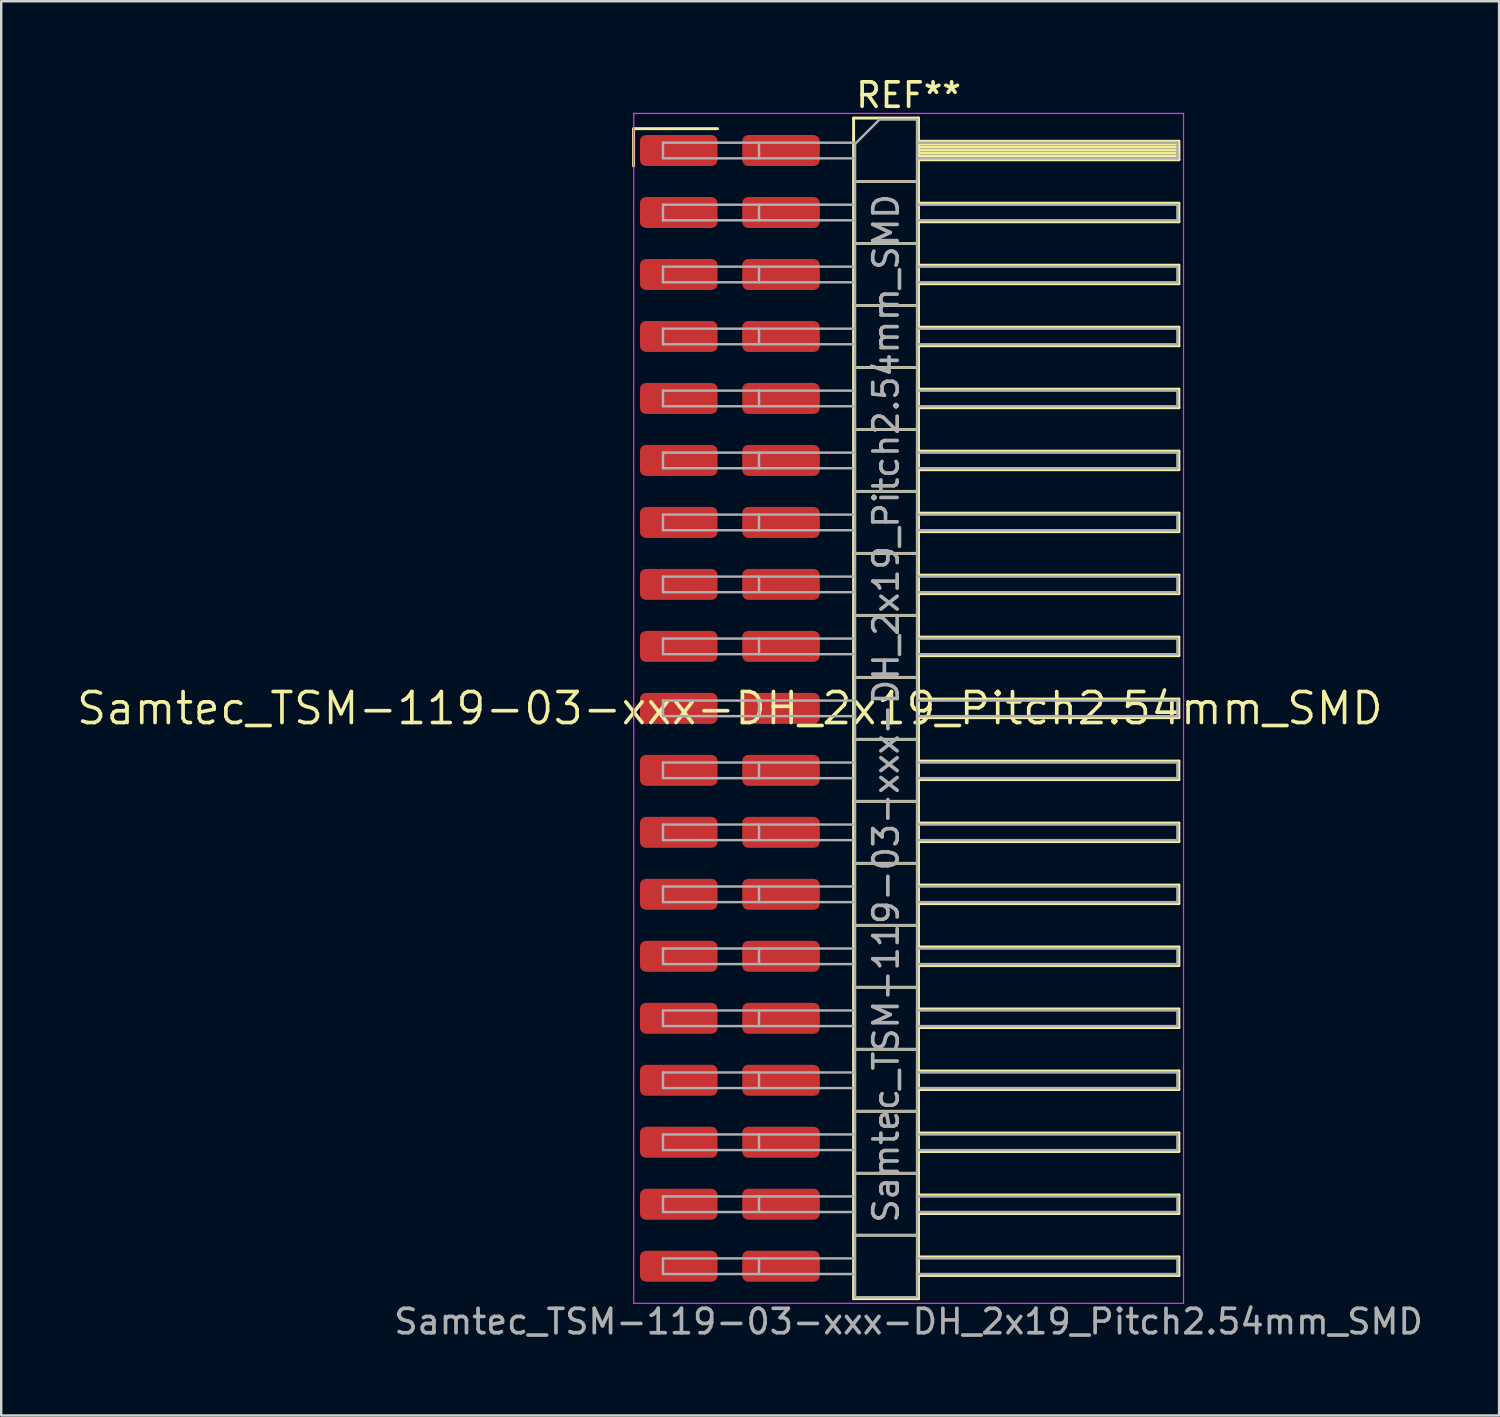
<source format=kicad_pcb>
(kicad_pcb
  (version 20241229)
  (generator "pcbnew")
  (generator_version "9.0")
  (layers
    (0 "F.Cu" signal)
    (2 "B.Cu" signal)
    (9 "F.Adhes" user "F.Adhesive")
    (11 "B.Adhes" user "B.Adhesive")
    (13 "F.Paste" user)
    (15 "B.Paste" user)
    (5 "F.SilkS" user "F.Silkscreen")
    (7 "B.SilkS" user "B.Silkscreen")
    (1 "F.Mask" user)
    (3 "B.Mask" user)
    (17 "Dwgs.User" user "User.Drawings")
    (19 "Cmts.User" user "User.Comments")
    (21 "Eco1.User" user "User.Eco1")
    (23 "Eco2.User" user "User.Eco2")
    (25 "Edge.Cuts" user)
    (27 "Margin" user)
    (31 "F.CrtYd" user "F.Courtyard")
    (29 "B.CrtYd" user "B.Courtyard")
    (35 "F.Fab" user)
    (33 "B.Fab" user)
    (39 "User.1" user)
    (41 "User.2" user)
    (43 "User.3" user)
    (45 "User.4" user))
  (footprint "Samtec_TSM-119-03-xxx-DH_2x19_Pitch2.54mm_SMD"
    (layer "F.Cu")
    (at 26.859 25.978)
    (property "Reference" "Samtec_TSM-119-03-xxx-DH_2x19_Pitch2.54mm_SMD" (at 0 0 0) (layer "F.SilkS") (effects (font (size 1.27 1.27) (thickness 0.15))))
    (attr smd)
    (fp_line (start -3.945 -23.755) (end -0.505 -23.755) (stroke (width 0.12) (type solid)) (layer "F.SilkS"))
    (fp_line (start -3.945 -22.225) (end -3.945 -23.755) (stroke (width 0.12) (type solid)) (layer "F.SilkS"))
    (fp_line (start 5.07 -24.19) (end 7.73 -24.19) (stroke (width 0.12) (type solid)) (layer "F.SilkS"))
    (fp_line (start 5.07 -21.59) (end 7.73 -21.59) (stroke (width 0.12) (type solid)) (layer "F.SilkS"))
    (fp_line (start 5.07 -19.05) (end 7.73 -19.05) (stroke (width 0.12) (type solid)) (layer "F.SilkS"))
    (fp_line (start 5.07 -16.51) (end 7.73 -16.51) (stroke (width 0.12) (type solid)) (layer "F.SilkS"))
    (fp_line (start 5.07 -13.97) (end 7.73 -13.97) (stroke (width 0.12) (type solid)) (layer "F.SilkS"))
    (fp_line (start 5.07 -11.43) (end 7.73 -11.43) (stroke (width 0.12) (type solid)) (layer "F.SilkS"))
    (fp_line (start 5.07 -8.89) (end 7.73 -8.89) (stroke (width 0.12) (type solid)) (layer "F.SilkS"))
    (fp_line (start 5.07 -6.35) (end 7.73 -6.35) (stroke (width 0.12) (type solid)) (layer "F.SilkS"))
    (fp_line (start 5.07 -3.81) (end 7.73 -3.81) (stroke (width 0.12) (type solid)) (layer "F.SilkS"))
    (fp_line (start 5.07 -1.27) (end 7.73 -1.27) (stroke (width 0.12) (type solid)) (layer "F.SilkS"))
    (fp_line (start 5.07 1.27) (end 7.73 1.27) (stroke (width 0.12) (type solid)) (layer "F.SilkS"))
    (fp_line (start 5.07 3.81) (end 7.73 3.81) (stroke (width 0.12) (type solid)) (layer "F.SilkS"))
    (fp_line (start 5.07 6.35) (end 7.73 6.35) (stroke (width 0.12) (type solid)) (layer "F.SilkS"))
    (fp_line (start 5.07 8.89) (end 7.73 8.89) (stroke (width 0.12) (type solid)) (layer "F.SilkS"))
    (fp_line (start 5.07 11.43) (end 7.73 11.43) (stroke (width 0.12) (type solid)) (layer "F.SilkS"))
    (fp_line (start 5.07 13.97) (end 7.73 13.97) (stroke (width 0.12) (type solid)) (layer "F.SilkS"))
    (fp_line (start 5.07 16.51) (end 7.73 16.51) (stroke (width 0.12) (type solid)) (layer "F.SilkS"))
    (fp_line (start 5.07 19.05) (end 7.73 19.05) (stroke (width 0.12) (type solid)) (layer "F.SilkS"))
    (fp_line (start 5.07 21.59) (end 7.73 21.59) (stroke (width 0.12) (type solid)) (layer "F.SilkS"))
    (fp_line (start 5.07 24.19) (end 5.07 -24.19) (stroke (width 0.12) (type solid)) (layer "F.SilkS"))
    (fp_line (start 7.73 -24.19) (end 7.73 24.19) (stroke (width 0.12) (type solid)) (layer "F.SilkS"))
    (fp_line (start 7.73 -23.24) (end 18.4 -23.24) (stroke (width 0.12) (type solid)) (layer "F.SilkS"))
    (fp_line (start 7.73 -23.12) (end 18.4 -23.12) (stroke (width 0.12) (type solid)) (layer "F.SilkS"))
    (fp_line (start 7.73 -23) (end 18.4 -23) (stroke (width 0.12) (type solid)) (layer "F.SilkS"))
    (fp_line (start 7.73 -22.88) (end 18.4 -22.88) (stroke (width 0.12) (type solid)) (layer "F.SilkS"))
    (fp_line (start 7.73 -22.76) (end 18.4 -22.76) (stroke (width 0.12) (type solid)) (layer "F.SilkS"))
    (fp_line (start 7.73 -22.64) (end 18.4 -22.64) (stroke (width 0.12) (type solid)) (layer "F.SilkS"))
    (fp_line (start 7.73 -22.52) (end 18.4 -22.52) (stroke (width 0.12) (type solid)) (layer "F.SilkS"))
    (fp_line (start 7.73 -22.48) (end 18.4 -22.48) (stroke (width 0.12) (type solid)) (layer "F.SilkS"))
    (fp_line (start 7.73 -20.7) (end 18.4 -20.7) (stroke (width 0.12) (type solid)) (layer "F.SilkS"))
    (fp_line (start 7.73 -19.94) (end 18.4 -19.94) (stroke (width 0.12) (type solid)) (layer "F.SilkS"))
    (fp_line (start 7.73 -18.16) (end 18.4 -18.16) (stroke (width 0.12) (type solid)) (layer "F.SilkS"))
    (fp_line (start 7.73 -17.4) (end 18.4 -17.4) (stroke (width 0.12) (type solid)) (layer "F.SilkS"))
    (fp_line (start 7.73 -15.62) (end 18.4 -15.62) (stroke (width 0.12) (type solid)) (layer "F.SilkS"))
    (fp_line (start 7.73 -14.86) (end 18.4 -14.86) (stroke (width 0.12) (type solid)) (layer "F.SilkS"))
    (fp_line (start 7.73 -13.08) (end 18.4 -13.08) (stroke (width 0.12) (type solid)) (layer "F.SilkS"))
    (fp_line (start 7.73 -12.32) (end 18.4 -12.32) (stroke (width 0.12) (type solid)) (layer "F.SilkS"))
    (fp_line (start 7.73 -10.54) (end 18.4 -10.54) (stroke (width 0.12) (type solid)) (layer "F.SilkS"))
    (fp_line (start 7.73 -9.78) (end 18.4 -9.78) (stroke (width 0.12) (type solid)) (layer "F.SilkS"))
    (fp_line (start 7.73 -8) (end 18.4 -8) (stroke (width 0.12) (type solid)) (layer "F.SilkS"))
    (fp_line (start 7.73 -7.24) (end 18.4 -7.24) (stroke (width 0.12) (type solid)) (layer "F.SilkS"))
    (fp_line (start 7.73 -5.46) (end 18.4 -5.46) (stroke (width 0.12) (type solid)) (layer "F.SilkS"))
    (fp_line (start 7.73 -4.7) (end 18.4 -4.7) (stroke (width 0.12) (type solid)) (layer "F.SilkS"))
    (fp_line (start 7.73 -2.92) (end 18.4 -2.92) (stroke (width 0.12) (type solid)) (layer "F.SilkS"))
    (fp_line (start 7.73 -2.16) (end 18.4 -2.16) (stroke (width 0.12) (type solid)) (layer "F.SilkS"))
    (fp_line (start 7.73 -0.38) (end 18.4 -0.38) (stroke (width 0.12) (type solid)) (layer "F.SilkS"))
    (fp_line (start 7.73 0.38) (end 18.4 0.38) (stroke (width 0.12) (type solid)) (layer "F.SilkS"))
    (fp_line (start 7.73 2.16) (end 18.4 2.16) (stroke (width 0.12) (type solid)) (layer "F.SilkS"))
    (fp_line (start 7.73 2.92) (end 18.4 2.92) (stroke (width 0.12) (type solid)) (layer "F.SilkS"))
    (fp_line (start 7.73 4.7) (end 18.4 4.7) (stroke (width 0.12) (type solid)) (layer "F.SilkS"))
    (fp_line (start 7.73 5.46) (end 18.4 5.46) (stroke (width 0.12) (type solid)) (layer "F.SilkS"))
    (fp_line (start 7.73 7.24) (end 18.4 7.24) (stroke (width 0.12) (type solid)) (layer "F.SilkS"))
    (fp_line (start 7.73 8) (end 18.4 8) (stroke (width 0.12) (type solid)) (layer "F.SilkS"))
    (fp_line (start 7.73 9.78) (end 18.4 9.78) (stroke (width 0.12) (type solid)) (layer "F.SilkS"))
    (fp_line (start 7.73 10.54) (end 18.4 10.54) (stroke (width 0.12) (type solid)) (layer "F.SilkS"))
    (fp_line (start 7.73 12.32) (end 18.4 12.32) (stroke (width 0.12) (type solid)) (layer "F.SilkS"))
    (fp_line (start 7.73 13.08) (end 18.4 13.08) (stroke (width 0.12) (type solid)) (layer "F.SilkS"))
    (fp_line (start 7.73 14.86) (end 18.4 14.86) (stroke (width 0.12) (type solid)) (layer "F.SilkS"))
    (fp_line (start 7.73 15.62) (end 18.4 15.62) (stroke (width 0.12) (type solid)) (layer "F.SilkS"))
    (fp_line (start 7.73 17.4) (end 18.4 17.4) (stroke (width 0.12) (type solid)) (layer "F.SilkS"))
    (fp_line (start 7.73 18.16) (end 18.4 18.16) (stroke (width 0.12) (type solid)) (layer "F.SilkS"))
    (fp_line (start 7.73 19.94) (end 18.4 19.94) (stroke (width 0.12) (type solid)) (layer "F.SilkS"))
    (fp_line (start 7.73 20.7) (end 18.4 20.7) (stroke (width 0.12) (type solid)) (layer "F.SilkS"))
    (fp_line (start 7.73 22.48) (end 18.4 22.48) (stroke (width 0.12) (type solid)) (layer "F.SilkS"))
    (fp_line (start 7.73 23.24) (end 18.4 23.24) (stroke (width 0.12) (type solid)) (layer "F.SilkS"))
    (fp_line (start 7.73 24.19) (end 5.07 24.19) (stroke (width 0.12) (type solid)) (layer "F.SilkS"))
    (fp_line (start 18.4 -23.24) (end 18.4 -22.48) (stroke (width 0.12) (type solid)) (layer "F.SilkS"))
    (fp_line (start 18.4 -20.7) (end 18.4 -19.94) (stroke (width 0.12) (type solid)) (layer "F.SilkS"))
    (fp_line (start 18.4 -18.16) (end 18.4 -17.4) (stroke (width 0.12) (type solid)) (layer "F.SilkS"))
    (fp_line (start 18.4 -15.62) (end 18.4 -14.86) (stroke (width 0.12) (type solid)) (layer "F.SilkS"))
    (fp_line (start 18.4 -13.08) (end 18.4 -12.32) (stroke (width 0.12) (type solid)) (layer "F.SilkS"))
    (fp_line (start 18.4 -10.54) (end 18.4 -9.78) (stroke (width 0.12) (type solid)) (layer "F.SilkS"))
    (fp_line (start 18.4 -8) (end 18.4 -7.24) (stroke (width 0.12) (type solid)) (layer "F.SilkS"))
    (fp_line (start 18.4 -5.46) (end 18.4 -4.7) (stroke (width 0.12) (type solid)) (layer "F.SilkS"))
    (fp_line (start 18.4 -2.92) (end 18.4 -2.16) (stroke (width 0.12) (type solid)) (layer "F.SilkS"))
    (fp_line (start 18.4 -0.38) (end 18.4 0.38) (stroke (width 0.12) (type solid)) (layer "F.SilkS"))
    (fp_line (start 18.4 2.16) (end 18.4 2.92) (stroke (width 0.12) (type solid)) (layer "F.SilkS"))
    (fp_line (start 18.4 4.7) (end 18.4 5.46) (stroke (width 0.12) (type solid)) (layer "F.SilkS"))
    (fp_line (start 18.4 7.24) (end 18.4 8) (stroke (width 0.12) (type solid)) (layer "F.SilkS"))
    (fp_line (start 18.4 9.78) (end 18.4 10.54) (stroke (width 0.12) (type solid)) (layer "F.SilkS"))
    (fp_line (start 18.4 12.32) (end 18.4 13.08) (stroke (width 0.12) (type solid)) (layer "F.SilkS"))
    (fp_line (start 18.4 14.86) (end 18.4 15.62) (stroke (width 0.12) (type solid)) (layer "F.SilkS"))
    (fp_line (start 18.4 17.4) (end 18.4 18.16) (stroke (width 0.12) (type solid)) (layer "F.SilkS"))
    (fp_line (start 18.4 19.94) (end 18.4 20.7) (stroke (width 0.12) (type solid)) (layer "F.SilkS"))
    (fp_line (start 18.4 22.48) (end 18.4 23.24) (stroke (width 0.12) (type solid)) (layer "F.SilkS"))
    (fp_line (start -3.94 -24.38) (end 18.59 -24.38) (stroke (width 0.05) (type solid)) (layer "F.CrtYd"))
    (fp_line (start -3.94 24.38) (end -3.94 -24.38) (stroke (width 0.05) (type solid)) (layer "F.CrtYd"))
    (fp_line (start 18.59 -24.38) (end 18.59 24.38) (stroke (width 0.05) (type solid)) (layer "F.CrtYd"))
    (fp_line (start 18.59 24.38) (end -3.94 24.38) (stroke (width 0.05) (type solid)) (layer "F.CrtYd"))
    (fp_line (start -2.74 -23.18) (end -2.74 -22.54) (stroke (width 0.1) (type solid)) (layer "F.Fab"))
    (fp_line (start -2.74 -23.18) (end 5.13 -23.18) (stroke (width 0.1) (type solid)) (layer "F.Fab"))
    (fp_line (start -2.74 -22.54) (end 5.13 -22.54) (stroke (width 0.1) (type solid)) (layer "F.Fab"))
    (fp_line (start -2.74 -20.64) (end -2.74 -20) (stroke (width 0.1) (type solid)) (layer "F.Fab"))
    (fp_line (start -2.74 -20.64) (end 5.13 -20.64) (stroke (width 0.1) (type solid)) (layer "F.Fab"))
    (fp_line (start -2.74 -20) (end 5.13 -20) (stroke (width 0.1) (type solid)) (layer "F.Fab"))
    (fp_line (start -2.74 -18.1) (end -2.74 -17.46) (stroke (width 0.1) (type solid)) (layer "F.Fab"))
    (fp_line (start -2.74 -18.1) (end 5.13 -18.1) (stroke (width 0.1) (type solid)) (layer "F.Fab"))
    (fp_line (start -2.74 -17.46) (end 5.13 -17.46) (stroke (width 0.1) (type solid)) (layer "F.Fab"))
    (fp_line (start -2.74 -15.56) (end -2.74 -14.92) (stroke (width 0.1) (type solid)) (layer "F.Fab"))
    (fp_line (start -2.74 -15.56) (end 5.13 -15.56) (stroke (width 0.1) (type solid)) (layer "F.Fab"))
    (fp_line (start -2.74 -14.92) (end 5.13 -14.92) (stroke (width 0.1) (type solid)) (layer "F.Fab"))
    (fp_line (start -2.74 -13.02) (end -2.74 -12.38) (stroke (width 0.1) (type solid)) (layer "F.Fab"))
    (fp_line (start -2.74 -13.02) (end 5.13 -13.02) (stroke (width 0.1) (type solid)) (layer "F.Fab"))
    (fp_line (start -2.74 -12.38) (end 5.13 -12.38) (stroke (width 0.1) (type solid)) (layer "F.Fab"))
    (fp_line (start -2.74 -10.48) (end -2.74 -9.84) (stroke (width 0.1) (type solid)) (layer "F.Fab"))
    (fp_line (start -2.74 -10.48) (end 5.13 -10.48) (stroke (width 0.1) (type solid)) (layer "F.Fab"))
    (fp_line (start -2.74 -9.84) (end 5.13 -9.84) (stroke (width 0.1) (type solid)) (layer "F.Fab"))
    (fp_line (start -2.74 -7.94) (end -2.74 -7.3) (stroke (width 0.1) (type solid)) (layer "F.Fab"))
    (fp_line (start -2.74 -7.94) (end 5.13 -7.94) (stroke (width 0.1) (type solid)) (layer "F.Fab"))
    (fp_line (start -2.74 -7.3) (end 5.13 -7.3) (stroke (width 0.1) (type solid)) (layer "F.Fab"))
    (fp_line (start -2.74 -5.4) (end -2.74 -4.76) (stroke (width 0.1) (type solid)) (layer "F.Fab"))
    (fp_line (start -2.74 -5.4) (end 5.13 -5.4) (stroke (width 0.1) (type solid)) (layer "F.Fab"))
    (fp_line (start -2.74 -4.76) (end 5.13 -4.76) (stroke (width 0.1) (type solid)) (layer "F.Fab"))
    (fp_line (start -2.74 -2.86) (end -2.74 -2.22) (stroke (width 0.1) (type solid)) (layer "F.Fab"))
    (fp_line (start -2.74 -2.86) (end 5.13 -2.86) (stroke (width 0.1) (type solid)) (layer "F.Fab"))
    (fp_line (start -2.74 -2.22) (end 5.13 -2.22) (stroke (width 0.1) (type solid)) (layer "F.Fab"))
    (fp_line (start -2.74 -0.32) (end -2.74 0.32) (stroke (width 0.1) (type solid)) (layer "F.Fab"))
    (fp_line (start -2.74 -0.32) (end 5.13 -0.32) (stroke (width 0.1) (type solid)) (layer "F.Fab"))
    (fp_line (start -2.74 0.32) (end 5.13 0.32) (stroke (width 0.1) (type solid)) (layer "F.Fab"))
    (fp_line (start -2.74 2.22) (end -2.74 2.86) (stroke (width 0.1) (type solid)) (layer "F.Fab"))
    (fp_line (start -2.74 2.22) (end 5.13 2.22) (stroke (width 0.1) (type solid)) (layer "F.Fab"))
    (fp_line (start -2.74 2.86) (end 5.13 2.86) (stroke (width 0.1) (type solid)) (layer "F.Fab"))
    (fp_line (start -2.74 4.76) (end -2.74 5.4) (stroke (width 0.1) (type solid)) (layer "F.Fab"))
    (fp_line (start -2.74 4.76) (end 5.13 4.76) (stroke (width 0.1) (type solid)) (layer "F.Fab"))
    (fp_line (start -2.74 5.4) (end 5.13 5.4) (stroke (width 0.1) (type solid)) (layer "F.Fab"))
    (fp_line (start -2.74 7.3) (end -2.74 7.94) (stroke (width 0.1) (type solid)) (layer "F.Fab"))
    (fp_line (start -2.74 7.3) (end 5.13 7.3) (stroke (width 0.1) (type solid)) (layer "F.Fab"))
    (fp_line (start -2.74 7.94) (end 5.13 7.94) (stroke (width 0.1) (type solid)) (layer "F.Fab"))
    (fp_line (start -2.74 9.84) (end -2.74 10.48) (stroke (width 0.1) (type solid)) (layer "F.Fab"))
    (fp_line (start -2.74 9.84) (end 5.13 9.84) (stroke (width 0.1) (type solid)) (layer "F.Fab"))
    (fp_line (start -2.74 10.48) (end 5.13 10.48) (stroke (width 0.1) (type solid)) (layer "F.Fab"))
    (fp_line (start -2.74 12.38) (end -2.74 13.02) (stroke (width 0.1) (type solid)) (layer "F.Fab"))
    (fp_line (start -2.74 12.38) (end 5.13 12.38) (stroke (width 0.1) (type solid)) (layer "F.Fab"))
    (fp_line (start -2.74 13.02) (end 5.13 13.02) (stroke (width 0.1) (type solid)) (layer "F.Fab"))
    (fp_line (start -2.74 14.92) (end -2.74 15.56) (stroke (width 0.1) (type solid)) (layer "F.Fab"))
    (fp_line (start -2.74 14.92) (end 5.13 14.92) (stroke (width 0.1) (type solid)) (layer "F.Fab"))
    (fp_line (start -2.74 15.56) (end 5.13 15.56) (stroke (width 0.1) (type solid)) (layer "F.Fab"))
    (fp_line (start -2.74 17.46) (end -2.74 18.1) (stroke (width 0.1) (type solid)) (layer "F.Fab"))
    (fp_line (start -2.74 17.46) (end 5.13 17.46) (stroke (width 0.1) (type solid)) (layer "F.Fab"))
    (fp_line (start -2.74 18.1) (end 5.13 18.1) (stroke (width 0.1) (type solid)) (layer "F.Fab"))
    (fp_line (start -2.74 20) (end -2.74 20.64) (stroke (width 0.1) (type solid)) (layer "F.Fab"))
    (fp_line (start -2.74 20) (end 5.13 20) (stroke (width 0.1) (type solid)) (layer "F.Fab"))
    (fp_line (start -2.74 20.64) (end 5.13 20.64) (stroke (width 0.1) (type solid)) (layer "F.Fab"))
    (fp_line (start -2.74 22.54) (end -2.74 23.18) (stroke (width 0.1) (type solid)) (layer "F.Fab"))
    (fp_line (start -2.74 22.54) (end 5.13 22.54) (stroke (width 0.1) (type solid)) (layer "F.Fab"))
    (fp_line (start -2.74 23.18) (end 5.13 23.18) (stroke (width 0.1) (type solid)) (layer "F.Fab"))
    (fp_line (start 1.195 -23.18) (end 1.195 -22.54) (stroke (width 0.1) (type solid)) (layer "F.Fab"))
    (fp_line (start 1.195 -20.64) (end 1.195 -20) (stroke (width 0.1) (type solid)) (layer "F.Fab"))
    (fp_line (start 1.195 -18.1) (end 1.195 -17.46) (stroke (width 0.1) (type solid)) (layer "F.Fab"))
    (fp_line (start 1.195 -15.56) (end 1.195 -14.92) (stroke (width 0.1) (type solid)) (layer "F.Fab"))
    (fp_line (start 1.195 -13.02) (end 1.195 -12.38) (stroke (width 0.1) (type solid)) (layer "F.Fab"))
    (fp_line (start 1.195 -10.48) (end 1.195 -9.84) (stroke (width 0.1) (type solid)) (layer "F.Fab"))
    (fp_line (start 1.195 -7.94) (end 1.195 -7.3) (stroke (width 0.1) (type solid)) (layer "F.Fab"))
    (fp_line (start 1.195 -5.4) (end 1.195 -4.76) (stroke (width 0.1) (type solid)) (layer "F.Fab"))
    (fp_line (start 1.195 -2.86) (end 1.195 -2.22) (stroke (width 0.1) (type solid)) (layer "F.Fab"))
    (fp_line (start 1.195 -0.32) (end 1.195 0.32) (stroke (width 0.1) (type solid)) (layer "F.Fab"))
    (fp_line (start 1.195 2.22) (end 1.195 2.86) (stroke (width 0.1) (type solid)) (layer "F.Fab"))
    (fp_line (start 1.195 4.76) (end 1.195 5.4) (stroke (width 0.1) (type solid)) (layer "F.Fab"))
    (fp_line (start 1.195 7.3) (end 1.195 7.94) (stroke (width 0.1) (type solid)) (layer "F.Fab"))
    (fp_line (start 1.195 9.84) (end 1.195 10.48) (stroke (width 0.1) (type solid)) (layer "F.Fab"))
    (fp_line (start 1.195 12.38) (end 1.195 13.02) (stroke (width 0.1) (type solid)) (layer "F.Fab"))
    (fp_line (start 1.195 14.92) (end 1.195 15.56) (stroke (width 0.1) (type solid)) (layer "F.Fab"))
    (fp_line (start 1.195 17.46) (end 1.195 18.1) (stroke (width 0.1) (type solid)) (layer "F.Fab"))
    (fp_line (start 1.195 20) (end 1.195 20.64) (stroke (width 0.1) (type solid)) (layer "F.Fab"))
    (fp_line (start 1.195 22.54) (end 1.195 23.18) (stroke (width 0.1) (type solid)) (layer "F.Fab"))
    (fp_line (start 5.13 -23.13) (end 6.13 -24.13) (stroke (width 0.1) (type solid)) (layer "F.Fab"))
    (fp_line (start 5.13 -21.59) (end 7.67 -21.59) (stroke (width 0.1) (type solid)) (layer "F.Fab"))
    (fp_line (start 5.13 -19.05) (end 7.67 -19.05) (stroke (width 0.1) (type solid)) (layer "F.Fab"))
    (fp_line (start 5.13 -16.51) (end 7.67 -16.51) (stroke (width 0.1) (type solid)) (layer "F.Fab"))
    (fp_line (start 5.13 -13.97) (end 7.67 -13.97) (stroke (width 0.1) (type solid)) (layer "F.Fab"))
    (fp_line (start 5.13 -11.43) (end 7.67 -11.43) (stroke (width 0.1) (type solid)) (layer "F.Fab"))
    (fp_line (start 5.13 -8.89) (end 7.67 -8.89) (stroke (width 0.1) (type solid)) (layer "F.Fab"))
    (fp_line (start 5.13 -6.35) (end 7.67 -6.35) (stroke (width 0.1) (type solid)) (layer "F.Fab"))
    (fp_line (start 5.13 -3.81) (end 7.67 -3.81) (stroke (width 0.1) (type solid)) (layer "F.Fab"))
    (fp_line (start 5.13 -1.27) (end 7.67 -1.27) (stroke (width 0.1) (type solid)) (layer "F.Fab"))
    (fp_line (start 5.13 1.27) (end 7.67 1.27) (stroke (width 0.1) (type solid)) (layer "F.Fab"))
    (fp_line (start 5.13 3.81) (end 7.67 3.81) (stroke (width 0.1) (type solid)) (layer "F.Fab"))
    (fp_line (start 5.13 6.35) (end 7.67 6.35) (stroke (width 0.1) (type solid)) (layer "F.Fab"))
    (fp_line (start 5.13 8.89) (end 7.67 8.89) (stroke (width 0.1) (type solid)) (layer "F.Fab"))
    (fp_line (start 5.13 11.43) (end 7.67 11.43) (stroke (width 0.1) (type solid)) (layer "F.Fab"))
    (fp_line (start 5.13 13.97) (end 7.67 13.97) (stroke (width 0.1) (type solid)) (layer "F.Fab"))
    (fp_line (start 5.13 16.51) (end 7.67 16.51) (stroke (width 0.1) (type solid)) (layer "F.Fab"))
    (fp_line (start 5.13 19.05) (end 7.67 19.05) (stroke (width 0.1) (type solid)) (layer "F.Fab"))
    (fp_line (start 5.13 21.59) (end 7.67 21.59) (stroke (width 0.1) (type solid)) (layer "F.Fab"))
    (fp_line (start 5.13 24.13) (end 5.13 -23.13) (stroke (width 0.1) (type solid)) (layer "F.Fab"))
    (fp_line (start 6.13 -24.13) (end 7.67 -24.13) (stroke (width 0.1) (type solid)) (layer "F.Fab"))
    (fp_line (start 7.67 -24.13) (end 7.67 24.13) (stroke (width 0.1) (type solid)) (layer "F.Fab"))
    (fp_line (start 7.67 -23.18) (end 18.34 -23.18) (stroke (width 0.1) (type solid)) (layer "F.Fab"))
    (fp_line (start 7.67 -22.54) (end 18.34 -22.54) (stroke (width 0.1) (type solid)) (layer "F.Fab"))
    (fp_line (start 7.67 -20.64) (end 18.34 -20.64) (stroke (width 0.1) (type solid)) (layer "F.Fab"))
    (fp_line (start 7.67 -20) (end 18.34 -20) (stroke (width 0.1) (type solid)) (layer "F.Fab"))
    (fp_line (start 7.67 -18.1) (end 18.34 -18.1) (stroke (width 0.1) (type solid)) (layer "F.Fab"))
    (fp_line (start 7.67 -17.46) (end 18.34 -17.46) (stroke (width 0.1) (type solid)) (layer "F.Fab"))
    (fp_line (start 7.67 -15.56) (end 18.34 -15.56) (stroke (width 0.1) (type solid)) (layer "F.Fab"))
    (fp_line (start 7.67 -14.92) (end 18.34 -14.92) (stroke (width 0.1) (type solid)) (layer "F.Fab"))
    (fp_line (start 7.67 -13.02) (end 18.34 -13.02) (stroke (width 0.1) (type solid)) (layer "F.Fab"))
    (fp_line (start 7.67 -12.38) (end 18.34 -12.38) (stroke (width 0.1) (type solid)) (layer "F.Fab"))
    (fp_line (start 7.67 -10.48) (end 18.34 -10.48) (stroke (width 0.1) (type solid)) (layer "F.Fab"))
    (fp_line (start 7.67 -9.84) (end 18.34 -9.84) (stroke (width 0.1) (type solid)) (layer "F.Fab"))
    (fp_line (start 7.67 -7.94) (end 18.34 -7.94) (stroke (width 0.1) (type solid)) (layer "F.Fab"))
    (fp_line (start 7.67 -7.3) (end 18.34 -7.3) (stroke (width 0.1) (type solid)) (layer "F.Fab"))
    (fp_line (start 7.67 -5.4) (end 18.34 -5.4) (stroke (width 0.1) (type solid)) (layer "F.Fab"))
    (fp_line (start 7.67 -4.76) (end 18.34 -4.76) (stroke (width 0.1) (type solid)) (layer "F.Fab"))
    (fp_line (start 7.67 -2.86) (end 18.34 -2.86) (stroke (width 0.1) (type solid)) (layer "F.Fab"))
    (fp_line (start 7.67 -2.22) (end 18.34 -2.22) (stroke (width 0.1) (type solid)) (layer "F.Fab"))
    (fp_line (start 7.67 -0.32) (end 18.34 -0.32) (stroke (width 0.1) (type solid)) (layer "F.Fab"))
    (fp_line (start 7.67 0.32) (end 18.34 0.32) (stroke (width 0.1) (type solid)) (layer "F.Fab"))
    (fp_line (start 7.67 2.22) (end 18.34 2.22) (stroke (width 0.1) (type solid)) (layer "F.Fab"))
    (fp_line (start 7.67 2.86) (end 18.34 2.86) (stroke (width 0.1) (type solid)) (layer "F.Fab"))
    (fp_line (start 7.67 4.76) (end 18.34 4.76) (stroke (width 0.1) (type solid)) (layer "F.Fab"))
    (fp_line (start 7.67 5.4) (end 18.34 5.4) (stroke (width 0.1) (type solid)) (layer "F.Fab"))
    (fp_line (start 7.67 7.3) (end 18.34 7.3) (stroke (width 0.1) (type solid)) (layer "F.Fab"))
    (fp_line (start 7.67 7.94) (end 18.34 7.94) (stroke (width 0.1) (type solid)) (layer "F.Fab"))
    (fp_line (start 7.67 9.84) (end 18.34 9.84) (stroke (width 0.1) (type solid)) (layer "F.Fab"))
    (fp_line (start 7.67 10.48) (end 18.34 10.48) (stroke (width 0.1) (type solid)) (layer "F.Fab"))
    (fp_line (start 7.67 12.38) (end 18.34 12.38) (stroke (width 0.1) (type solid)) (layer "F.Fab"))
    (fp_line (start 7.67 13.02) (end 18.34 13.02) (stroke (width 0.1) (type solid)) (layer "F.Fab"))
    (fp_line (start 7.67 14.92) (end 18.34 14.92) (stroke (width 0.1) (type solid)) (layer "F.Fab"))
    (fp_line (start 7.67 15.56) (end 18.34 15.56) (stroke (width 0.1) (type solid)) (layer "F.Fab"))
    (fp_line (start 7.67 17.46) (end 18.34 17.46) (stroke (width 0.1) (type solid)) (layer "F.Fab"))
    (fp_line (start 7.67 18.1) (end 18.34 18.1) (stroke (width 0.1) (type solid)) (layer "F.Fab"))
    (fp_line (start 7.67 20) (end 18.34 20) (stroke (width 0.1) (type solid)) (layer "F.Fab"))
    (fp_line (start 7.67 20.64) (end 18.34 20.64) (stroke (width 0.1) (type solid)) (layer "F.Fab"))
    (fp_line (start 7.67 22.54) (end 18.34 22.54) (stroke (width 0.1) (type solid)) (layer "F.Fab"))
    (fp_line (start 7.67 23.18) (end 18.34 23.18) (stroke (width 0.1) (type solid)) (layer "F.Fab"))
    (fp_line (start 7.67 24.13) (end 5.13 24.13) (stroke (width 0.1) (type solid)) (layer "F.Fab"))
    (fp_line (start 18.34 -23.18) (end 18.34 -22.54) (stroke (width 0.1) (type solid)) (layer "F.Fab"))
    (fp_line (start 18.34 -20.64) (end 18.34 -20) (stroke (width 0.1) (type solid)) (layer "F.Fab"))
    (fp_line (start 18.34 -18.1) (end 18.34 -17.46) (stroke (width 0.1) (type solid)) (layer "F.Fab"))
    (fp_line (start 18.34 -15.56) (end 18.34 -14.92) (stroke (width 0.1) (type solid)) (layer "F.Fab"))
    (fp_line (start 18.34 -13.02) (end 18.34 -12.38) (stroke (width 0.1) (type solid)) (layer "F.Fab"))
    (fp_line (start 18.34 -10.48) (end 18.34 -9.84) (stroke (width 0.1) (type solid)) (layer "F.Fab"))
    (fp_line (start 18.34 -7.94) (end 18.34 -7.3) (stroke (width 0.1) (type solid)) (layer "F.Fab"))
    (fp_line (start 18.34 -5.4) (end 18.34 -4.76) (stroke (width 0.1) (type solid)) (layer "F.Fab"))
    (fp_line (start 18.34 -2.86) (end 18.34 -2.22) (stroke (width 0.1) (type solid)) (layer "F.Fab"))
    (fp_line (start 18.34 -0.32) (end 18.34 0.32) (stroke (width 0.1) (type solid)) (layer "F.Fab"))
    (fp_line (start 18.34 2.22) (end 18.34 2.86) (stroke (width 0.1) (type solid)) (layer "F.Fab"))
    (fp_line (start 18.34 4.76) (end 18.34 5.4) (stroke (width 0.1) (type solid)) (layer "F.Fab"))
    (fp_line (start 18.34 7.3) (end 18.34 7.94) (stroke (width 0.1) (type solid)) (layer "F.Fab"))
    (fp_line (start 18.34 9.84) (end 18.34 10.48) (stroke (width 0.1) (type solid)) (layer "F.Fab"))
    (fp_line (start 18.34 12.38) (end 18.34 13.02) (stroke (width 0.1) (type solid)) (layer "F.Fab"))
    (fp_line (start 18.34 14.92) (end 18.34 15.56) (stroke (width 0.1) (type solid)) (layer "F.Fab"))
    (fp_line (start 18.34 17.46) (end 18.34 18.1) (stroke (width 0.1) (type solid)) (layer "F.Fab"))
    (fp_line (start 18.34 20) (end 18.34 20.64) (stroke (width 0.1) (type solid)) (layer "F.Fab"))
    (fp_line (start 18.34 22.54) (end 18.34 23.18) (stroke (width 0.1) (type solid)) (layer "F.Fab"))
    (fp_text user "REF**" (at 7.325 -25.13 0) (layer "F.SilkS") (effects (font (size 1 1) (thickness 0.15))))
    (fp_text user "${REFERENCE}" (at 6.4 0 90) (layer "F.Fab") (effects (font (size 1 1) (thickness 0.15))))
    (fp_text user "Samtec_TSM-119-03-xxx-DH_2x19_Pitch2.54mm_SMD" (at 7.325 25.13 0) (layer "F.Fab") (effects (font (size 1 1) (thickness 0.15))))
    (pad "1" smd roundrect (at -2.095 -22.86) (size 3.18 1.27) (layers "F.Cu" "F.Mask" "F.Paste") (roundrect_rratio 0.197))
    (pad "2" smd roundrect (at 2.095 -22.86) (size 3.18 1.27) (layers "F.Cu" "F.Mask" "F.Paste") (roundrect_rratio 0.197))
    (pad "3" smd roundrect (at -2.095 -20.32) (size 3.18 1.27) (layers "F.Cu" "F.Mask" "F.Paste") (roundrect_rratio 0.197))
    (pad "4" smd roundrect (at 2.095 -20.32) (size 3.18 1.27) (layers "F.Cu" "F.Mask" "F.Paste") (roundrect_rratio 0.197))
    (pad "5" smd roundrect (at -2.095 -17.78) (size 3.18 1.27) (layers "F.Cu" "F.Mask" "F.Paste") (roundrect_rratio 0.197))
    (pad "6" smd roundrect (at 2.095 -17.78) (size 3.18 1.27) (layers "F.Cu" "F.Mask" "F.Paste") (roundrect_rratio 0.197))
    (pad "7" smd roundrect (at -2.095 -15.24) (size 3.18 1.27) (layers "F.Cu" "F.Mask" "F.Paste") (roundrect_rratio 0.197))
    (pad "8" smd roundrect (at 2.095 -15.24) (size 3.18 1.27) (layers "F.Cu" "F.Mask" "F.Paste") (roundrect_rratio 0.197))
    (pad "9" smd roundrect (at -2.095 -12.7) (size 3.18 1.27) (layers "F.Cu" "F.Mask" "F.Paste") (roundrect_rratio 0.197))
    (pad "10" smd roundrect (at 2.095 -12.7) (size 3.18 1.27) (layers "F.Cu" "F.Mask" "F.Paste") (roundrect_rratio 0.197))
    (pad "11" smd roundrect (at -2.095 -10.16) (size 3.18 1.27) (layers "F.Cu" "F.Mask" "F.Paste") (roundrect_rratio 0.197))
    (pad "12" smd roundrect (at 2.095 -10.16) (size 3.18 1.27) (layers "F.Cu" "F.Mask" "F.Paste") (roundrect_rratio 0.197))
    (pad "13" smd roundrect (at -2.095 -7.62) (size 3.18 1.27) (layers "F.Cu" "F.Mask" "F.Paste") (roundrect_rratio 0.197))
    (pad "14" smd roundrect (at 2.095 -7.62) (size 3.18 1.27) (layers "F.Cu" "F.Mask" "F.Paste") (roundrect_rratio 0.197))
    (pad "15" smd roundrect (at -2.095 -5.08) (size 3.18 1.27) (layers "F.Cu" "F.Mask" "F.Paste") (roundrect_rratio 0.197))
    (pad "16" smd roundrect (at 2.095 -5.08) (size 3.18 1.27) (layers "F.Cu" "F.Mask" "F.Paste") (roundrect_rratio 0.197))
    (pad "17" smd roundrect (at -2.095 -2.54) (size 3.18 1.27) (layers "F.Cu" "F.Mask" "F.Paste") (roundrect_rratio 0.197))
    (pad "18" smd roundrect (at 2.095 -2.54) (size 3.18 1.27) (layers "F.Cu" "F.Mask" "F.Paste") (roundrect_rratio 0.197))
    (pad "19" smd roundrect (at -2.095 0) (size 3.18 1.27) (layers "F.Cu" "F.Mask" "F.Paste") (roundrect_rratio 0.197))
    (pad "20" smd roundrect (at 2.095 0) (size 3.18 1.27) (layers "F.Cu" "F.Mask" "F.Paste") (roundrect_rratio 0.197))
    (pad "21" smd roundrect (at -2.095 2.54) (size 3.18 1.27) (layers "F.Cu" "F.Mask" "F.Paste") (roundrect_rratio 0.197))
    (pad "22" smd roundrect (at 2.095 2.54) (size 3.18 1.27) (layers "F.Cu" "F.Mask" "F.Paste") (roundrect_rratio 0.197))
    (pad "23" smd roundrect (at -2.095 5.08) (size 3.18 1.27) (layers "F.Cu" "F.Mask" "F.Paste") (roundrect_rratio 0.197))
    (pad "24" smd roundrect (at 2.095 5.08) (size 3.18 1.27) (layers "F.Cu" "F.Mask" "F.Paste") (roundrect_rratio 0.197))
    (pad "25" smd roundrect (at -2.095 7.62) (size 3.18 1.27) (layers "F.Cu" "F.Mask" "F.Paste") (roundrect_rratio 0.197))
    (pad "26" smd roundrect (at 2.095 7.62) (size 3.18 1.27) (layers "F.Cu" "F.Mask" "F.Paste") (roundrect_rratio 0.197))
    (pad "27" smd roundrect (at -2.095 10.16) (size 3.18 1.27) (layers "F.Cu" "F.Mask" "F.Paste") (roundrect_rratio 0.197))
    (pad "28" smd roundrect (at 2.095 10.16) (size 3.18 1.27) (layers "F.Cu" "F.Mask" "F.Paste") (roundrect_rratio 0.197))
    (pad "29" smd roundrect (at -2.095 12.7) (size 3.18 1.27) (layers "F.Cu" "F.Mask" "F.Paste") (roundrect_rratio 0.197))
    (pad "30" smd roundrect (at 2.095 12.7) (size 3.18 1.27) (layers "F.Cu" "F.Mask" "F.Paste") (roundrect_rratio 0.197))
    (pad "31" smd roundrect (at -2.095 15.24) (size 3.18 1.27) (layers "F.Cu" "F.Mask" "F.Paste") (roundrect_rratio 0.197))
    (pad "32" smd roundrect (at 2.095 15.24) (size 3.18 1.27) (layers "F.Cu" "F.Mask" "F.Paste") (roundrect_rratio 0.197))
    (pad "33" smd roundrect (at -2.095 17.78) (size 3.18 1.27) (layers "F.Cu" "F.Mask" "F.Paste") (roundrect_rratio 0.197))
    (pad "34" smd roundrect (at 2.095 17.78) (size 3.18 1.27) (layers "F.Cu" "F.Mask" "F.Paste") (roundrect_rratio 0.197))
    (pad "35" smd roundrect (at -2.095 20.32) (size 3.18 1.27) (layers "F.Cu" "F.Mask" "F.Paste") (roundrect_rratio 0.197))
    (pad "36" smd roundrect (at 2.095 20.32) (size 3.18 1.27) (layers "F.Cu" "F.Mask" "F.Paste") (roundrect_rratio 0.197))
    (pad "37" smd roundrect (at -2.095 22.86) (size 3.18 1.27) (layers "F.Cu" "F.Mask" "F.Paste") (roundrect_rratio 0.197))
    (pad "38" smd roundrect (at 2.095 22.86) (size 3.18 1.27) (layers "F.Cu" "F.Mask" "F.Paste") (roundrect_rratio 0.197)))
  (gr_rect
    (start -3 -3)
    (end 58.38 54.956)
    (stroke (width 0.1) (type default))
    (fill no)
    (layer "Edge.Cuts")))
</source>
